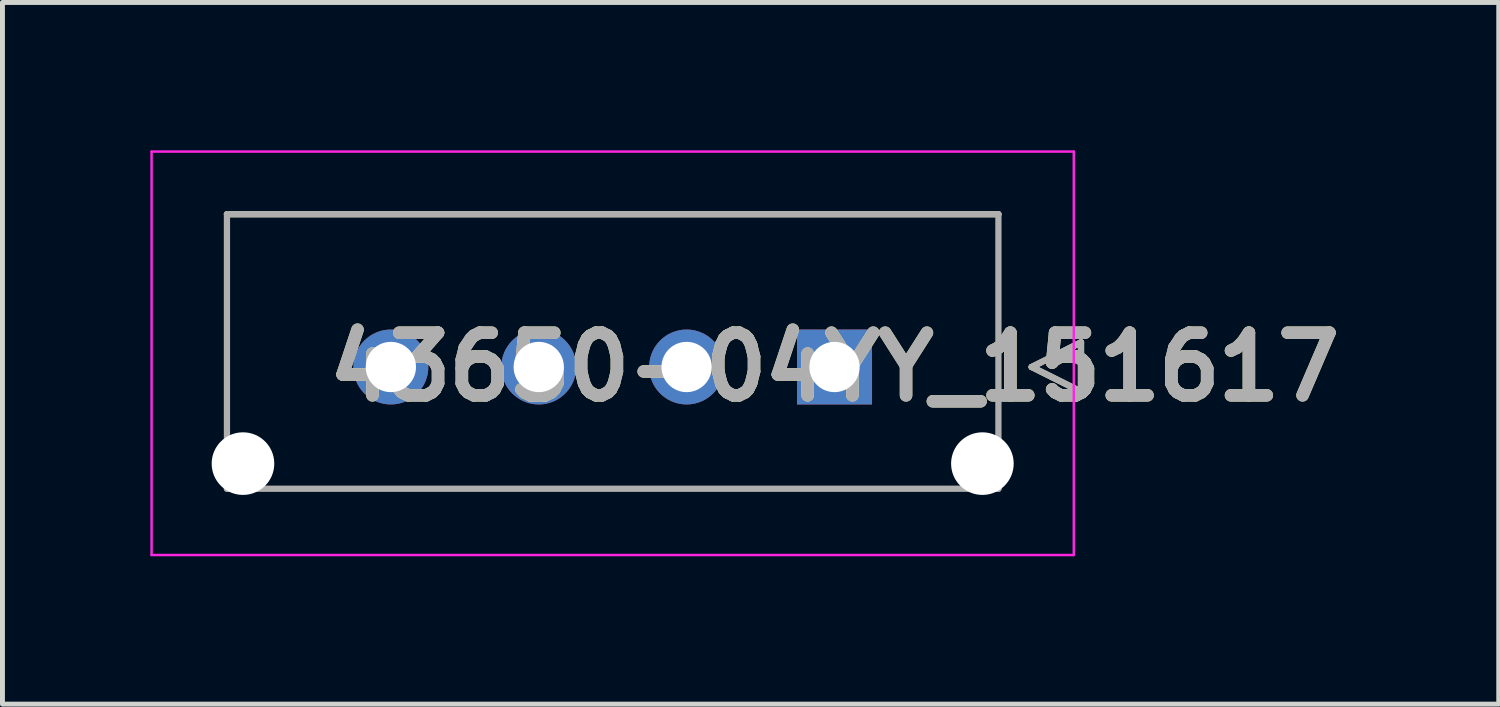
<source format=kicad_pcb>
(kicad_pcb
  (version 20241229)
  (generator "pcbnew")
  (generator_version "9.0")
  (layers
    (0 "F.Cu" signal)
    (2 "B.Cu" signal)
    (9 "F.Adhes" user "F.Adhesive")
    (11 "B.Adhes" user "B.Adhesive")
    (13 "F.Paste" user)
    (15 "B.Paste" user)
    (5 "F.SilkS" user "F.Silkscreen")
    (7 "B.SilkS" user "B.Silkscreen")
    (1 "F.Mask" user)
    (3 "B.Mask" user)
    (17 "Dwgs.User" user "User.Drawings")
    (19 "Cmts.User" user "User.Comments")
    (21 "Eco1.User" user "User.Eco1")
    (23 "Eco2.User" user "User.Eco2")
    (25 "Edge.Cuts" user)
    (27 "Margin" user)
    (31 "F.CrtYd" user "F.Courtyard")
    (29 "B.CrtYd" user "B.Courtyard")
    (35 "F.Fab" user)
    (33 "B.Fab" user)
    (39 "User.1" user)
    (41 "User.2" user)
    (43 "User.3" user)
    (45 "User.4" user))
  (footprint "43650-04YY_151617"
    (layer "F.Cu")
    (at 13.879 4.395)
    (property "Reference" "43650-04YY_151617" (at 0 0 0) (layer "F.SilkS") (effects (font (size 1.27 1.27) (thickness 0.254))))
    (attr through_hole)
    (fp_line (start -12.325 -3.1) (end 3.325 -3.1) (stroke (width 0.127) (type solid)) (layer "F.SilkS"))
    (fp_line (start 4 0) (end 5 -0.5) (stroke (width 0.127) (type solid)) (layer "F.SilkS"))
    (fp_line (start 5 -0.5) (end 5 0.5) (stroke (width 0.127) (type solid)) (layer "F.SilkS"))
    (fp_line (start 5 0.5) (end 4 0) (stroke (width 0.127) (type solid)) (layer "F.SilkS"))
    (fp_line (start -13.854 -4.37) (end 4.854 -4.37) (stroke (width 0.05) (type solid)) (layer "F.CrtYd"))
    (fp_line (start -13.854 3.814) (end -13.854 -4.37) (stroke (width 0.05) (type solid)) (layer "F.CrtYd"))
    (fp_line (start 4.854 -4.37) (end 4.854 3.814) (stroke (width 0.05) (type solid)) (layer "F.CrtYd"))
    (fp_line (start 4.854 3.814) (end -13.854 3.814) (stroke (width 0.05) (type solid)) (layer "F.CrtYd"))
    (fp_line (start -12.325 -3.1) (end 3.325 -3.1) (stroke (width 0.127) (type solid)) (layer "F.Fab"))
    (fp_line (start -12.325 2.47) (end -12.325 -3.1) (stroke (width 0.127) (type solid)) (layer "F.Fab"))
    (fp_line (start 3.325 -3.1) (end 3.325 2.47) (stroke (width 0.127) (type solid)) (layer "F.Fab"))
    (fp_line (start 3.325 2.47) (end -12.325 2.47) (stroke (width 0.127) (type solid)) (layer "F.Fab"))
    (fp_line (start 4 0) (end 5 -0.5) (stroke (width 0.127) (type solid)) (layer "F.Fab"))
    (fp_line (start 5 -0.5) (end 5 0.5) (stroke (width 0.127) (type solid)) (layer "F.Fab"))
    (fp_line (start 5 0.5) (end 4 0) (stroke (width 0.127) (type solid)) (layer "F.Fab"))
    (fp_text user "${REFERENCE}" (at 0 0 0) (layer "F.Fab") (effects (font (size 1.27 1.27) (thickness 0.254))))
    (pad "" np_thru_hole circle (at -12 1.96) (size 1.27 1.27) (drill 1.27) (layers "*.Cu" "*.Mask"))
    (pad "" np_thru_hole circle (at 3 1.96) (size 1.27 1.27) (drill 1.27) (layers "*.Cu" "*.Mask"))
    (pad "1" thru_hole rect (at 0 0) (size 1.52 1.52) (drill 1.02) (layers "*.Cu" "*.Mask"))
    (pad "2" thru_hole circle (at -3 0) (size 1.52 1.52) (drill 1.02) (layers "*.Cu" "*.Mask"))
    (pad "3" thru_hole circle (at -6 0) (size 1.52 1.52) (drill 1.02) (layers "*.Cu" "*.Mask"))
    (pad "4" thru_hole circle (at -9 0) (size 1.52 1.52) (drill 1.02) (layers "*.Cu" "*.Mask")))
  (gr_rect
    (start -3 -3)
    (end 27.354 11.234)
    (stroke (width 0.1) (type default))
    (fill no)
    (layer "Edge.Cuts")))
</source>
